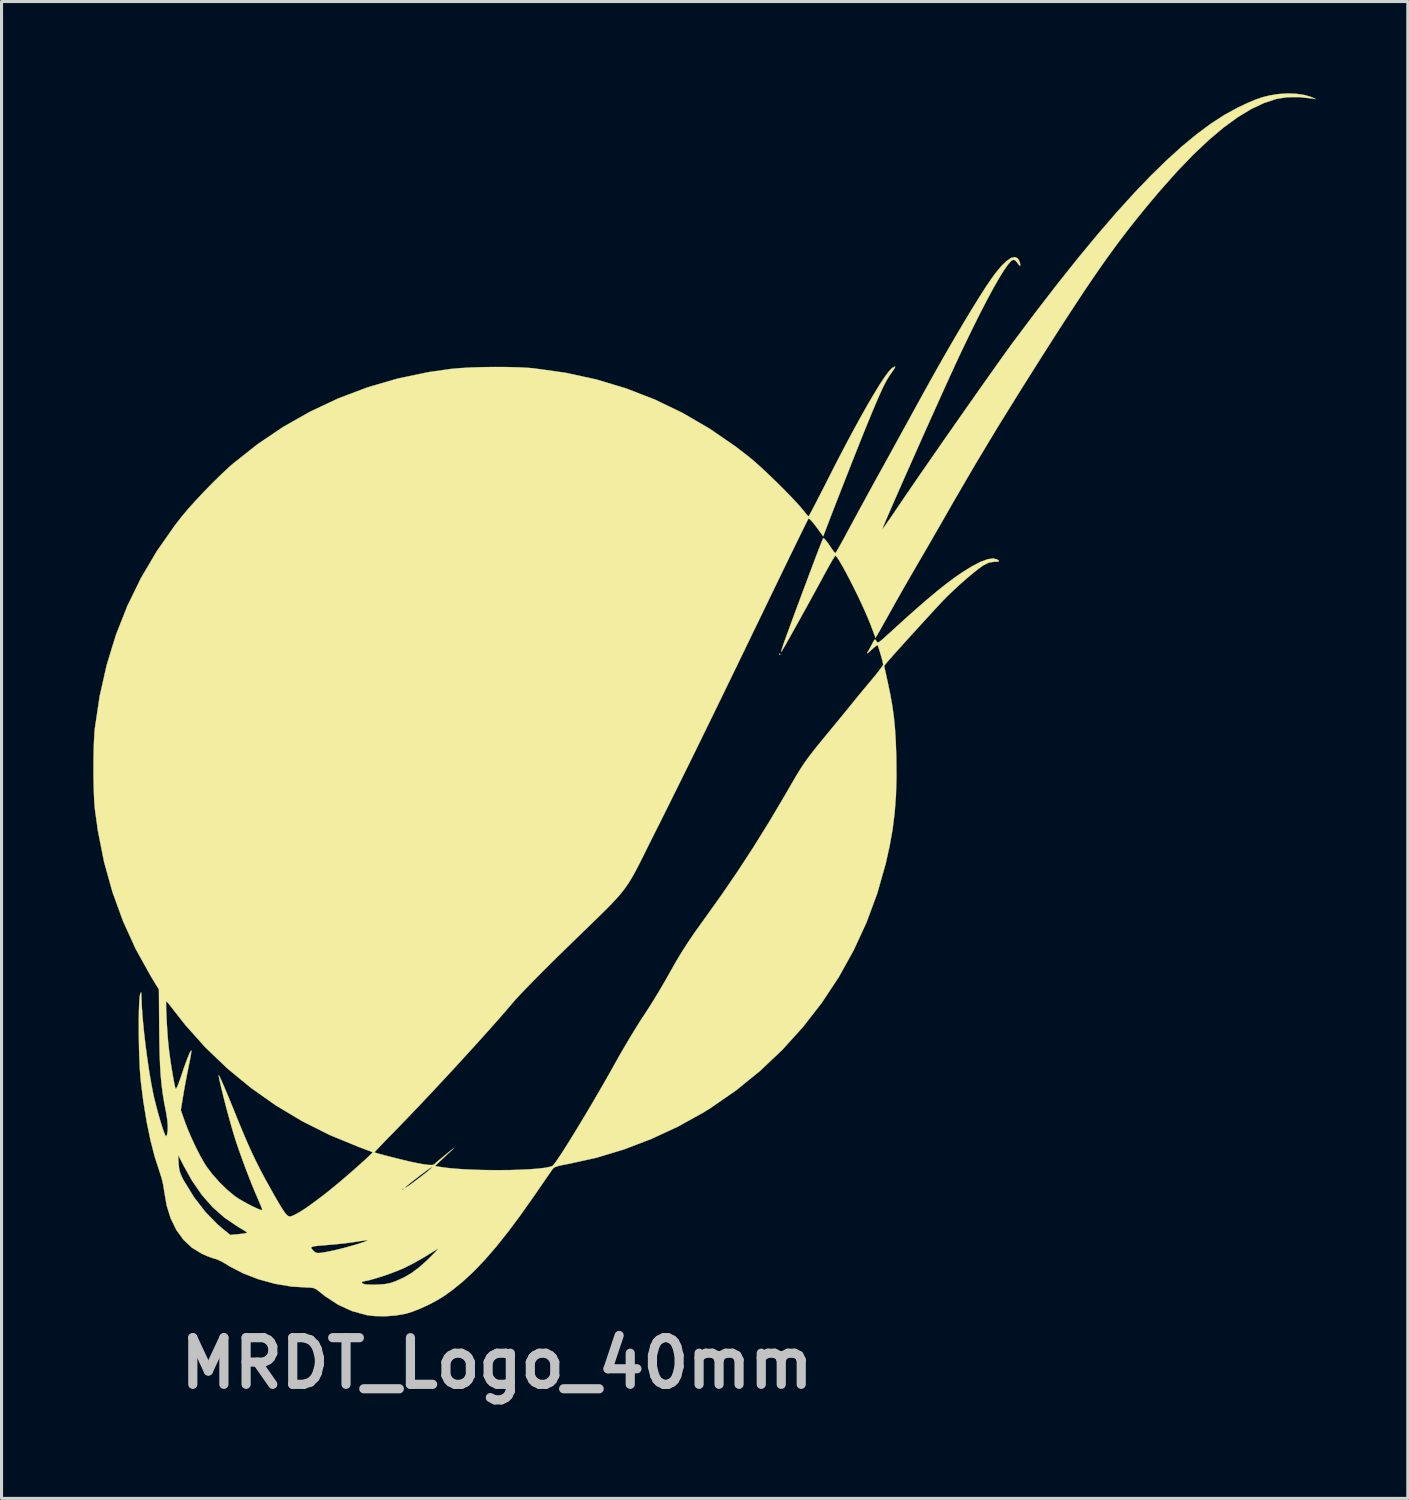
<source format=kicad_pcb>
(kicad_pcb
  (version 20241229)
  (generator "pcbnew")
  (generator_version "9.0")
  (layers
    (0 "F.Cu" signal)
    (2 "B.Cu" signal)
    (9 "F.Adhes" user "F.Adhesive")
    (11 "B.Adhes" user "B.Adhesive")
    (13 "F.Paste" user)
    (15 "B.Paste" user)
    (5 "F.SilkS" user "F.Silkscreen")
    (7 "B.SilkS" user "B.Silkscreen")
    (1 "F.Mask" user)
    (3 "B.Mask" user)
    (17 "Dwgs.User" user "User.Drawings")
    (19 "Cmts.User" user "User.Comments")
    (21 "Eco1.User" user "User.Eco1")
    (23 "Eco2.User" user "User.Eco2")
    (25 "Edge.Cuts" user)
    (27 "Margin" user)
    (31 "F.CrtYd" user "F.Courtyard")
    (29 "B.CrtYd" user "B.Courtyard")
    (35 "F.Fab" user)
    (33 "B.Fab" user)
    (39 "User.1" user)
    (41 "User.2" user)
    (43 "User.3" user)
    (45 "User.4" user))
  (footprint "MRDT_Logo_40mm"
    (layer "F.Cu")
    (at 19.976 19.99)
    (property "Reference" "MRDT_Logo_40mm" (at -6.782 21.514 0) (layer "Dwgs.User") (effects (font (size 1.524 1.524) (thickness 0.3))))
    (attr through_hole)
    (fp_poly (pts (xy 2.48 -1.66) (xy 2.46 -1.64) (xy 2.44 -1.66) (xy 2.46 -1.68) (xy 2.48 -1.66)) (stroke (width 0.01) (type solid)) (fill yes) (layer "F.SilkS"))
    (fp_poly (pts (xy 19.342 -19.974) (xy 19.604 -19.936) (xy 19.817 -19.874) (xy 19.85 -19.86) (xy 19.98 -19.8) (xy 19.86 -19.82) (xy 19.442 -19.867) (xy 19.051 -19.864) (xy 18.704 -19.811) (xy 18.69 -19.807) (xy 18.286 -19.674) (xy 17.864 -19.475) (xy 17.424 -19.208) (xy 16.965 -18.873) (xy 16.484 -18.468) (xy 15.98 -17.992) (xy 15.452 -17.444) (xy 14.899 -16.822) (xy 14.623 -16.497) (xy 14.367 -16.188) (xy 14.123 -15.887) (xy 13.886 -15.588) (xy 13.654 -15.286) (xy 13.421 -14.975) (xy 13.184 -14.649) (xy 12.94 -14.304) (xy 12.684 -13.933) (xy 12.412 -13.531) (xy 12.122 -13.092) (xy 11.808 -12.611) (xy 11.467 -12.083) (xy 11.096 -11.501) (xy 10.691 -10.861) (xy 10.35 -10.32) (xy 9.572 -9.066) (xy 8.825 -7.824) (xy 8.119 -6.612) (xy 7.941 -6.3) (xy 7.78 -6.018) (xy 7.594 -5.694) (xy 7.398 -5.354) (xy 7.207 -5.025) (xy 7.04 -4.739) (xy 6.873 -4.452) (xy 6.69 -4.136) (xy 6.504 -3.813) (xy 6.331 -3.508) (xy 6.184 -3.247) (xy 6.18 -3.239) (xy 6.053 -3.012) (xy 5.933 -2.797) (xy 5.827 -2.609) (xy 5.744 -2.462) (xy 5.691 -2.37) (xy 5.69 -2.367) (xy 5.589 -2.195) (xy 5.434 -2.607) (xy 5.352 -2.811) (xy 5.251 -3.046) (xy 5.135 -3.301) (xy 5.01 -3.566) (xy 4.879 -3.831) (xy 4.75 -4.087) (xy 4.626 -4.324) (xy 4.512 -4.531) (xy 4.414 -4.698) (xy 4.337 -4.817) (xy 4.286 -4.875) (xy 4.275 -4.88) (xy 4.249 -4.847) (xy 4.191 -4.754) (xy 4.109 -4.613) (xy 4.01 -4.436) (xy 3.919 -4.27) (xy 3.773 -4) (xy 3.615 -3.712) (xy 3.453 -3.415) (xy 3.289 -3.118) (xy 3.129 -2.829) (xy 2.977 -2.556) (xy 2.839 -2.309) (xy 2.719 -2.095) (xy 2.622 -1.924) (xy 2.552 -1.805) (xy 2.515 -1.744) (xy 2.511 -1.74) (xy 2.509 -1.758) (xy 2.53 -1.836) (xy 2.571 -1.963) (xy 2.612 -2.08) (xy 2.713 -2.355) (xy 2.824 -2.659) (xy 2.943 -2.983) (xy 3.068 -3.318) (xy 3.193 -3.656) (xy 3.318 -3.988) (xy 3.437 -4.307) (xy 3.549 -4.603) (xy 3.649 -4.868) (xy 3.736 -5.094) (xy 3.804 -5.271) (xy 3.853 -5.393) (xy 3.877 -5.449) (xy 3.878 -5.452) (xy 3.912 -5.436) (xy 3.976 -5.366) (xy 4.056 -5.256) (xy 4.079 -5.222) (xy 4.162 -5.099) (xy 4.23 -5.007) (xy 4.271 -4.963) (xy 4.275 -4.961) (xy 4.3 -4.995) (xy 4.357 -5.09) (xy 4.44 -5.235) (xy 4.543 -5.421) (xy 4.66 -5.638) (xy 4.72 -5.749) (xy 4.86 -6.01) (xy 5.028 -6.32) (xy 5.212 -6.658) (xy 5.401 -7.004) (xy 5.584 -7.337) (xy 5.695 -7.538) (xy 5.856 -7.829) (xy 6.045 -8.172) (xy 6.252 -8.549) (xy 6.467 -8.94) (xy 6.68 -9.327) (xy 6.88 -9.693) (xy 6.95 -9.82) (xy 7.274 -10.408) (xy 7.592 -10.977) (xy 7.901 -11.52) (xy 8.198 -12.032) (xy 8.478 -12.506) (xy 8.739 -12.939) (xy 8.977 -13.322) (xy 9.188 -13.652) (xy 9.37 -13.921) (xy 9.507 -14.11) (xy 9.699 -14.342) (xy 9.87 -14.508) (xy 10.018 -14.608) (xy 10.139 -14.639) (xy 10.231 -14.601) (xy 10.274 -14.538) (xy 10.313 -14.431) (xy 10.32 -14.368) (xy 10.297 -14.36) (xy 10.249 -14.417) (xy 10.239 -14.433) (xy 10.162 -14.526) (xy 10.09 -14.553) (xy 10.089 -14.553) (xy 10.014 -14.505) (xy 9.91 -14.385) (xy 9.778 -14.195) (xy 9.62 -13.939) (xy 9.436 -13.617) (xy 9.229 -13.232) (xy 8.999 -12.787) (xy 8.748 -12.283) (xy 8.477 -11.723) (xy 8.38 -11.52) (xy 8.285 -11.317) (xy 8.168 -11.065) (xy 8.034 -10.772) (xy 7.884 -10.443) (xy 7.722 -10.085) (xy 7.551 -9.705) (xy 7.373 -9.31) (xy 7.192 -8.906) (xy 7.011 -8.499) (xy 6.832 -8.096) (xy 6.658 -7.704) (xy 6.492 -7.33) (xy 6.338 -6.979) (xy 6.197 -6.659) (xy 6.074 -6.376) (xy 5.971 -6.137) (xy 5.89 -5.948) (xy 5.836 -5.816) (xy 5.81 -5.747) (xy 5.809 -5.739) (xy 5.833 -5.767) (xy 5.896 -5.854) (xy 5.99 -5.989) (xy 6.111 -6.163) (xy 6.251 -6.369) (xy 6.36 -6.53) (xy 6.541 -6.798) (xy 6.756 -7.112) (xy 6.999 -7.466) (xy 7.264 -7.849) (xy 7.546 -8.256) (xy 7.839 -8.678) (xy 8.139 -9.107) (xy 8.439 -9.536) (xy 8.734 -9.956) (xy 9.018 -10.36) (xy 9.286 -10.74) (xy 9.533 -11.088) (xy 9.753 -11.397) (xy 9.941 -11.657) (xy 10.09 -11.863) (xy 10.133 -11.92) (xy 10.863 -12.891) (xy 11.559 -13.792) (xy 12.223 -14.624) (xy 12.856 -15.389) (xy 13.46 -16.088) (xy 14.036 -16.724) (xy 14.586 -17.298) (xy 15.111 -17.81) (xy 15.613 -18.264) (xy 16.093 -18.66) (xy 16.552 -18.999) (xy 16.993 -19.285) (xy 17.417 -19.517) (xy 17.42 -19.519) (xy 17.736 -19.669) (xy 18.005 -19.783) (xy 18.246 -19.865) (xy 18.48 -19.922) (xy 18.726 -19.962) (xy 18.768 -19.967) (xy 19.055 -19.985) (xy 19.342 -19.974)) (stroke (width 0.01) (type solid)) (fill yes) (layer "F.SilkS"))
    (fp_poly (pts (xy 6.233 -11.056) (xy 6.212 -11.008) (xy 6.144 -10.905) (xy 6.105 -10.85) (xy 6.032 -10.742) (xy 5.96 -10.624) (xy 5.885 -10.485) (xy 5.803 -10.317) (xy 5.709 -10.11) (xy 5.598 -9.855) (xy 5.467 -9.542) (xy 5.349 -9.258) (xy 5.25 -9.014) (xy 5.127 -8.708) (xy 4.986 -8.354) (xy 4.832 -7.967) (xy 4.672 -7.559) (xy 4.509 -7.144) (xy 4.35 -6.736) (xy 4.199 -6.348) (xy 4.062 -5.994) (xy 3.945 -5.687) (xy 3.922 -5.626) (xy 3.879 -5.512) (xy 3.654 -5.819) (xy 3.555 -5.947) (xy 3.471 -6.042) (xy 3.415 -6.091) (xy 3.399 -6.093) (xy 3.376 -6.052) (xy 3.322 -5.945) (xy 3.239 -5.779) (xy 3.131 -5.558) (xy 2.999 -5.289) (xy 2.848 -4.979) (xy 2.68 -4.634) (xy 2.498 -4.258) (xy 2.305 -3.859) (xy 2.228 -3.7) (xy 1.785 -2.782) (xy 1.373 -1.932) (xy 0.992 -1.144) (xy 0.637 -0.413) (xy 0.307 0.265) (xy -0.001 0.896) (xy -0.289 1.485) (xy -0.56 2.036) (xy -0.816 2.554) (xy -1.059 3.045) (xy -1.292 3.514) (xy -1.517 3.964) (xy -1.646 4.22) (xy -1.82 4.568) (xy -1.968 4.867) (xy -2.097 5.124) (xy -2.21 5.346) (xy -2.314 5.54) (xy -2.414 5.712) (xy -2.515 5.87) (xy -2.622 6.021) (xy -2.74 6.17) (xy -2.876 6.326) (xy -3.033 6.495) (xy -3.218 6.683) (xy -3.436 6.898) (xy -3.691 7.147) (xy -3.99 7.436) (xy -4.338 7.773) (xy -4.5 7.931) (xy -4.793 8.217) (xy -5.079 8.5) (xy -5.352 8.773) (xy -5.603 9.027) (xy -5.825 9.255) (xy -6.012 9.449) (xy -6.154 9.602) (xy -6.237 9.696) (xy -6.463 9.962) (xy -6.737 10.276) (xy -7.05 10.629) (xy -7.396 11.014) (xy -7.766 11.42) (xy -8.151 11.841) (xy -8.545 12.266) (xy -8.938 12.687) (xy -9.324 13.096) (xy -9.693 13.483) (xy -10.038 13.84) (xy -10.095 13.898) (xy -10.286 14.094) (xy -10.457 14.27) (xy -10.6 14.419) (xy -10.707 14.532) (xy -10.772 14.602) (xy -10.788 14.622) (xy -10.739 14.64) (xy -10.628 14.672) (xy -10.47 14.714) (xy -10.281 14.764) (xy -10.076 14.815) (xy -9.872 14.866) (xy -9.684 14.911) (xy -9.526 14.947) (xy -9.466 14.959) (xy -9.209 15.008) (xy -9.022 15.033) (xy -8.899 15.036) (xy -8.834 15.018) (xy -8.824 15.007) (xy -8.786 14.969) (xy -8.7 14.894) (xy -8.579 14.795) (xy -8.492 14.724) (xy -8.18 14.473) (xy -8.496 14.771) (xy -8.811 15.069) (xy -8.676 15.093) (xy -8.435 15.128) (xy -8.147 15.156) (xy -7.822 15.178) (xy -7.471 15.193) (xy -7.105 15.202) (xy -6.735 15.204) (xy -6.372 15.201) (xy -6.026 15.191) (xy -5.71 15.175) (xy -5.433 15.153) (xy -5.206 15.126) (xy -5.041 15.092) (xy -4.969 15.066) (xy -4.924 15.019) (xy -4.843 14.909) (xy -4.731 14.744) (xy -4.592 14.531) (xy -4.432 14.276) (xy -4.253 13.987) (xy -4.061 13.671) (xy -3.859 13.335) (xy -3.652 12.986) (xy -3.445 12.63) (xy -3.241 12.276) (xy -3.045 11.93) (xy -2.939 11.74) (xy -2.771 11.441) (xy -2.589 11.129) (xy -2.406 10.821) (xy -2.232 10.536) (xy -2.077 10.29) (xy -1.978 10.14) (xy -1.831 9.915) (xy -1.659 9.641) (xy -1.477 9.341) (xy -1.299 9.037) (xy -1.137 8.752) (xy -1.121 8.722) (xy -0.922 8.371) (xy -0.726 8.047) (xy -0.52 7.727) (xy -0.289 7.39) (xy -0.025 7.022) (xy 0.54 6.232) (xy 1.074 5.452) (xy 1.59 4.662) (xy 2.099 3.843) (xy 2.615 2.975) (xy 2.854 2.56) (xy 2.998 2.313) (xy 3.129 2.1) (xy 3.258 1.904) (xy 3.399 1.708) (xy 3.561 1.496) (xy 3.758 1.251) (xy 3.899 1.08) (xy 4.092 0.845) (xy 4.285 0.61) (xy 4.466 0.39) (xy 4.624 0.197) (xy 4.748 0.044) (xy 4.8 -0.02) (xy 4.924 -0.173) (xy 5.081 -0.365) (xy 5.253 -0.572) (xy 5.421 -0.772) (xy 5.448 -0.805) (xy 5.585 -0.97) (xy 5.7 -1.116) (xy 5.786 -1.232) (xy 5.834 -1.304) (xy 5.84 -1.321) (xy 5.829 -1.381) (xy 5.802 -1.49) (xy 5.764 -1.625) (xy 5.724 -1.762) (xy 5.687 -1.877) (xy 5.661 -1.947) (xy 5.655 -1.958) (xy 5.62 -1.941) (xy 5.545 -1.882) (xy 5.452 -1.798) (xy 5.36 -1.714) (xy 5.316 -1.687) (xy 5.325 -1.716) (xy 5.327 -1.72) (xy 5.383 -1.817) (xy 5.452 -1.945) (xy 5.479 -1.997) (xy 5.533 -2.1) (xy 5.567 -2.14) (xy 5.593 -2.126) (xy 5.616 -2.087) (xy 5.638 -2.054) (xy 5.665 -2.043) (xy 5.708 -2.06) (xy 5.777 -2.111) (xy 5.883 -2.203) (xy 6.036 -2.342) (xy 6.062 -2.366) (xy 6.514 -2.778) (xy 6.918 -3.138) (xy 7.278 -3.45) (xy 7.6 -3.72) (xy 7.891 -3.951) (xy 8.156 -4.15) (xy 8.402 -4.32) (xy 8.42 -4.333) (xy 8.746 -4.534) (xy 9.024 -4.678) (xy 9.255 -4.763) (xy 9.435 -4.789) (xy 9.564 -4.755) (xy 9.58 -4.744) (xy 9.623 -4.707) (xy 9.615 -4.688) (xy 9.545 -4.682) (xy 9.478 -4.681) (xy 9.3 -4.655) (xy 9.123 -4.57) (xy 9.115 -4.565) (xy 8.975 -4.466) (xy 8.793 -4.323) (xy 8.585 -4.149) (xy 8.365 -3.956) (xy 8.148 -3.758) (xy 7.949 -3.567) (xy 7.8 -3.416) (xy 7.677 -3.284) (xy 7.52 -3.116) (xy 7.339 -2.919) (xy 7.142 -2.703) (xy 6.936 -2.477) (xy 6.73 -2.251) (xy 6.532 -2.032) (xy 6.35 -1.831) (xy 6.193 -1.655) (xy 6.069 -1.515) (xy 5.985 -1.42) (xy 5.958 -1.387) (xy 5.87 -1.275) (xy 5.978 -0.787) (xy 6.067 -0.364) (xy 6.136 0.023) (xy 6.188 0.397) (xy 6.225 0.781) (xy 6.251 1.196) (xy 6.267 1.666) (xy 6.268 1.724) (xy 6.273 2.374) (xy 6.256 2.968) (xy 6.214 3.525) (xy 6.146 4.068) (xy 6.048 4.615) (xy 5.922 5.184) (xy 5.645 6.159) (xy 5.295 7.105) (xy 4.874 8.018) (xy 4.387 8.895) (xy 3.834 9.731) (xy 3.219 10.523) (xy 2.546 11.267) (xy 1.816 11.959) (xy 1.033 12.595) (xy 0.199 13.172) (xy -0.044 13.323) (xy -0.874 13.783) (xy -1.743 14.186) (xy -2.636 14.527) (xy -3.541 14.8) (xy -4.444 14.999) (xy -4.54 15.016) (xy -4.75 15.059) (xy -4.886 15.103) (xy -4.951 15.149) (xy -4.988 15.201) (xy -5.062 15.308) (xy -5.169 15.462) (xy -5.3 15.653) (xy -5.449 15.869) (xy -5.567 16.04) (xy -6.006 16.663) (xy -6.419 17.217) (xy -6.81 17.708) (xy -7.184 18.139) (xy -7.546 18.517) (xy -7.9 18.845) (xy -8.251 19.13) (xy -8.515 19.319) (xy -8.748 19.461) (xy -9.016 19.602) (xy -9.295 19.73) (xy -9.557 19.833) (xy -9.762 19.896) (xy -10.09 19.954) (xy -10.445 19.98) (xy -10.792 19.972) (xy -11.048 19.94) (xy -11.522 19.809) (xy -11.976 19.601) (xy -12.41 19.317) (xy -12.56 19.196) (xy -12.676 19.106) (xy -12.771 19.059) (xy -12.878 19.042) (xy -12.954 19.04) (xy -13.49 19.009) (xy -14.034 18.918) (xy -14.163 18.883) (xy -11.207 18.883) (xy -11.152 18.917) (xy -11.1 18.934) (xy -11.024 18.942) (xy -10.893 18.947) (xy -10.731 18.946) (xy -10.68 18.945) (xy -10.447 18.928) (xy -10.254 18.889) (xy -10.089 18.831) (xy -9.818 18.708) (xy -9.576 18.566) (xy -9.341 18.392) (xy -9.091 18.171) (xy -9.003 18.085) (xy -8.872 17.955) (xy -8.775 17.854) (xy -8.719 17.789) (xy -8.71 17.769) (xy -8.72 17.774) (xy -9.133 18.031) (xy -9.491 18.236) (xy -9.795 18.39) (xy -9.809 18.397) (xy -10.024 18.489) (xy -10.27 18.583) (xy -10.525 18.672) (xy -10.766 18.747) (xy -10.972 18.803) (xy -11.08 18.825) (xy -11.183 18.851) (xy -11.207 18.883) (xy -14.163 18.883) (xy -14.567 18.773) (xy -15.072 18.58) (xy -15.529 18.343) (xy -15.648 18.268) (xy -15.786 18.188) (xy -15.921 18.125) (xy -16 18.1) (xy -16.104 18.069) (xy -16.251 18.014) (xy -16.41 17.944) (xy -16.433 17.933) (xy -16.753 17.738) (xy -16.754 17.737) (xy -12.859 17.737) (xy -12.845 17.769) (xy -12.808 17.812) (xy -12.799 17.821) (xy -12.749 17.87) (xy -12.699 17.901) (xy -12.634 17.913) (xy -12.539 17.907) (xy -12.397 17.884) (xy -12.194 17.844) (xy -12.174 17.84) (xy -12.011 17.803) (xy -11.824 17.757) (xy -11.627 17.704) (xy -11.436 17.649) (xy -11.264 17.596) (xy -11.126 17.55) (xy -11.037 17.515) (xy -11.011 17.496) (xy -11.011 17.496) (xy -11.054 17.496) (xy -11.157 17.508) (xy -11.3 17.53) (xy -11.361 17.54) (xy -11.536 17.567) (xy -11.761 17.595) (xy -12.007 17.622) (xy -12.239 17.643) (xy -12.485 17.663) (xy -12.661 17.679) (xy -12.776 17.695) (xy -12.838 17.714) (xy -12.859 17.737) (xy -16.754 17.737) (xy -17.031 17.477) (xy -17.263 17.157) (xy -17.447 16.78) (xy -17.581 16.352) (xy -17.662 15.878) (xy -17.665 15.847) (xy -17.693 15.675) (xy -17.742 15.471) (xy -17.803 15.276) (xy -17.809 15.26) (xy -17.965 14.778) (xy -17.986 14.7) (xy -17.206 14.7) (xy -17.189 14.986) (xy -17.171 15.16) (xy -17.135 15.303) (xy -17.069 15.453) (xy -17.019 15.546) (xy -16.679 16.097) (xy -16.309 16.575) (xy -15.908 16.984) (xy -15.74 17.127) (xy -15.5 17.322) (xy -15.24 17.297) (xy -15.105 17.282) (xy -15.005 17.267) (xy -14.963 17.256) (xy -14.955 17.245) (xy -14.962 17.231) (xy -14.999 17.205) (xy -15.077 17.157) (xy -15.208 17.079) (xy -15.24 17.06) (xy -15.677 16.766) (xy -16.07 16.421) (xy -16.424 16.02) (xy -16.746 15.554) (xy -17.007 15.089) (xy -17.206 14.7) (xy -17.986 14.7) (xy -18.108 14.226) (xy -18.234 13.614) (xy -18.342 12.951) (xy -18.426 12.28) (xy -18.444 12.071) (xy -18.46 11.816) (xy -18.472 11.528) (xy -18.482 11.218) (xy -18.488 10.9) (xy -18.49 10.585) (xy -18.49 10.286) (xy -18.486 10.013) (xy -18.478 9.781) (xy -18.467 9.6) (xy -18.452 9.482) (xy -18.446 9.46) (xy -18.424 9.399) (xy -18.412 9.396) (xy -18.406 9.459) (xy -18.403 9.56) (xy -18.39 9.878) (xy -18.362 10.255) (xy -18.322 10.674) (xy -18.271 11.115) (xy -18.212 11.56) (xy -18.148 11.991) (xy -18.08 12.389) (xy -18.012 12.735) (xy -17.979 12.881) (xy -17.917 13.124) (xy -17.853 13.365) (xy -17.788 13.59) (xy -17.727 13.787) (xy -17.673 13.946) (xy -17.631 14.054) (xy -17.603 14.099) (xy -17.599 14.1) (xy -17.563 14.035) (xy -17.544 13.908) (xy -17.544 13.733) (xy -17.563 13.528) (xy -17.599 13.305) (xy -17.601 13.297) (xy -17.659 12.999) (xy -17.706 12.713) (xy -17.743 12.427) (xy -17.772 12.127) (xy -17.793 11.798) (xy -17.808 11.428) (xy -17.817 11.003) (xy -17.822 10.6) (xy -17.828 9.821) (xy -17.598 9.821) (xy -17.594 9.976) (xy -17.586 10.17) (xy -17.575 10.388) (xy -17.561 10.616) (xy -17.545 10.84) (xy -17.528 11.047) (xy -17.516 11.16) (xy -17.494 11.348) (xy -17.465 11.563) (xy -17.431 11.79) (xy -17.394 12.013) (xy -17.359 12.217) (xy -17.326 12.386) (xy -17.3 12.503) (xy -17.284 12.55) (xy -17.263 12.533) (xy -17.223 12.453) (xy -17.171 12.322) (xy -17.111 12.152) (xy -17.104 12.13) (xy -17.014 11.861) (xy -16.933 11.636) (xy -16.866 11.461) (xy -16.813 11.345) (xy -16.78 11.295) (xy -16.772 11.294) (xy -16.774 11.338) (xy -16.789 11.444) (xy -16.817 11.597) (xy -16.855 11.782) (xy -16.858 11.799) (xy -16.909 12.052) (xy -16.964 12.337) (xy -17.014 12.613) (xy -17.039 12.765) (xy -17.117 13.242) (xy -16.995 13.591) (xy -16.894 13.859) (xy -16.768 14.152) (xy -16.629 14.449) (xy -16.487 14.728) (xy -16.352 14.967) (xy -16.277 15.086) (xy -16.086 15.338) (xy -15.855 15.598) (xy -15.607 15.841) (xy -15.367 16.041) (xy -15.334 16.065) (xy -15.213 16.145) (xy -15.063 16.233) (xy -14.902 16.32) (xy -14.745 16.4) (xy -14.608 16.464) (xy -14.506 16.503) (xy -14.457 16.51) (xy -14.456 16.509) (xy -14.463 16.468) (xy -14.498 16.373) (xy -14.553 16.243) (xy -14.565 16.216) (xy -14.683 15.945) (xy -14.816 15.619) (xy -14.955 15.263) (xy -15.091 14.9) (xy -15.216 14.552) (xy -15.321 14.242) (xy -15.359 14.12) (xy -15.426 13.897) (xy -15.498 13.645) (xy -15.572 13.377) (xy -15.645 13.105) (xy -15.713 12.842) (xy -15.773 12.599) (xy -15.823 12.391) (xy -15.859 12.229) (xy -15.877 12.126) (xy -15.878 12.103) (xy -15.864 12.119) (xy -15.823 12.201) (xy -15.76 12.341) (xy -15.677 12.532) (xy -15.579 12.765) (xy -15.468 13.034) (xy -15.384 13.24) (xy -15.209 13.672) (xy -15.054 14.042) (xy -14.915 14.366) (xy -14.783 14.656) (xy -14.653 14.928) (xy -14.518 15.194) (xy -14.372 15.469) (xy -14.208 15.766) (xy -14.19 15.798) (xy -14.031 16.081) (xy -13.903 16.301) (xy -13.803 16.465) (xy -13.725 16.581) (xy -13.662 16.657) (xy -13.611 16.7) (xy -13.566 16.718) (xy -13.545 16.72) (xy -13.472 16.699) (xy -13.353 16.641) (xy -13.205 16.557) (xy -13.094 16.487) (xy -12.931 16.375) (xy -12.729 16.228) (xy -12.511 16.064) (xy -12.299 15.899) (xy -12.24 15.851) (xy -12.201 15.82) (xy -9.88 15.82) (xy -9.86 15.84) (xy -9.84 15.82) (xy -9.86 15.8) (xy -9.88 15.82) (xy -12.201 15.82) (xy -12.16 15.786) (xy -9.8 15.786) (xy -9.769 15.779) (xy -9.678 15.72) (xy -9.526 15.611) (xy -9.315 15.451) (xy -9.207 15.369) (xy -9.073 15.262) (xy -8.968 15.173) (xy -8.905 15.113) (xy -8.894 15.093) (xy -8.929 15.11) (xy -9.013 15.166) (xy -9.131 15.252) (xy -9.271 15.356) (xy -9.417 15.468) (xy -9.557 15.577) (xy -9.677 15.674) (xy -9.762 15.746) (xy -9.799 15.784) (xy -9.8 15.786) (xy -12.16 15.786) (xy -12.068 15.71) (xy -11.878 15.552) (xy -11.682 15.384) (xy -11.486 15.214) (xy -11.302 15.051) (xy -11.137 14.903) (xy -11.001 14.778) (xy -10.903 14.684) (xy -10.853 14.629) (xy -10.848 14.619) (xy -10.888 14.601) (xy -10.988 14.562) (xy -11.134 14.507) (xy -11.31 14.442) (xy -11.319 14.438) (xy -12.251 14.055) (xy -13.15 13.603) (xy -14.012 13.087) (xy -14.83 12.51) (xy -15.6 11.876) (xy -16.316 11.19) (xy -16.973 10.455) (xy -17.338 9.99) (xy -17.439 9.857) (xy -17.523 9.753) (xy -17.577 9.691) (xy -17.591 9.68) (xy -17.597 9.718) (xy -17.598 9.821) (xy -17.828 9.821) (xy -17.832 9.3) (xy -18.1 8.86) (xy -18.588 7.981) (xy -19.005 7.066) (xy -19.35 6.115) (xy -19.625 5.128) (xy -19.828 4.104) (xy -19.925 3.4) (xy -19.944 3.177) (xy -19.957 2.893) (xy -19.966 2.565) (xy -19.971 2.213) (xy -19.97 1.853) (xy -19.965 1.505) (xy -19.954 1.187) (xy -19.939 0.917) (xy -19.925 0.76) (xy -19.768 -0.29) (xy -19.539 -1.306) (xy -19.238 -2.287) (xy -18.865 -3.233) (xy -18.42 -4.145) (xy -17.902 -5.023) (xy -17.312 -5.867) (xy -17.084 -6.16) (xy -16.88 -6.403) (xy -16.632 -6.679) (xy -16.357 -6.973) (xy -16.07 -7.266) (xy -15.79 -7.54) (xy -15.532 -7.78) (xy -15.42 -7.879) (xy -14.616 -8.517) (xy -13.77 -9.088) (xy -12.885 -9.589) (xy -11.966 -10.021) (xy -11.014 -10.38) (xy -10.033 -10.666) (xy -9.026 -10.877) (xy -8.3 -10.981) (xy -8.002 -11.008) (xy -7.647 -11.028) (xy -7.256 -11.041) (xy -6.849 -11.046) (xy -6.448 -11.044) (xy -6.072 -11.034) (xy -5.743 -11.016) (xy -5.58 -11.002) (xy -4.544 -10.857) (xy -3.54 -10.639) (xy -2.568 -10.347) (xy -1.626 -9.982) (xy -0.714 -9.542) (xy 0.169 -9.028) (xy 1.025 -8.439) (xy 1.48 -8.086) (xy 1.655 -7.938) (xy 1.863 -7.75) (xy 2.093 -7.535) (xy 2.332 -7.305) (xy 2.568 -7.071) (xy 2.79 -6.845) (xy 2.984 -6.64) (xy 3.139 -6.467) (xy 3.22 -6.369) (xy 3.305 -6.264) (xy 3.37 -6.189) (xy 3.4 -6.162) (xy 3.422 -6.196) (xy 3.476 -6.293) (xy 3.556 -6.446) (xy 3.659 -6.644) (xy 3.781 -6.881) (xy 3.917 -7.147) (xy 4.009 -7.33) (xy 4.296 -7.894) (xy 4.572 -8.425) (xy 4.835 -8.919) (xy 5.082 -9.371) (xy 5.311 -9.778) (xy 5.519 -10.134) (xy 5.704 -10.438) (xy 5.864 -10.683) (xy 5.996 -10.866) (xy 6.098 -10.982) (xy 6.138 -11.015) (xy 6.208 -11.056) (xy 6.233 -11.056)) (stroke (width 0.01) (type solid)) (fill yes) (layer "F.SilkS")))
  (gr_rect
    (start -3 -3)
    (end 42.961 45.922)
    (stroke (width 0.1) (type default))
    (fill no)
    (layer "Edge.Cuts")))
</source>
